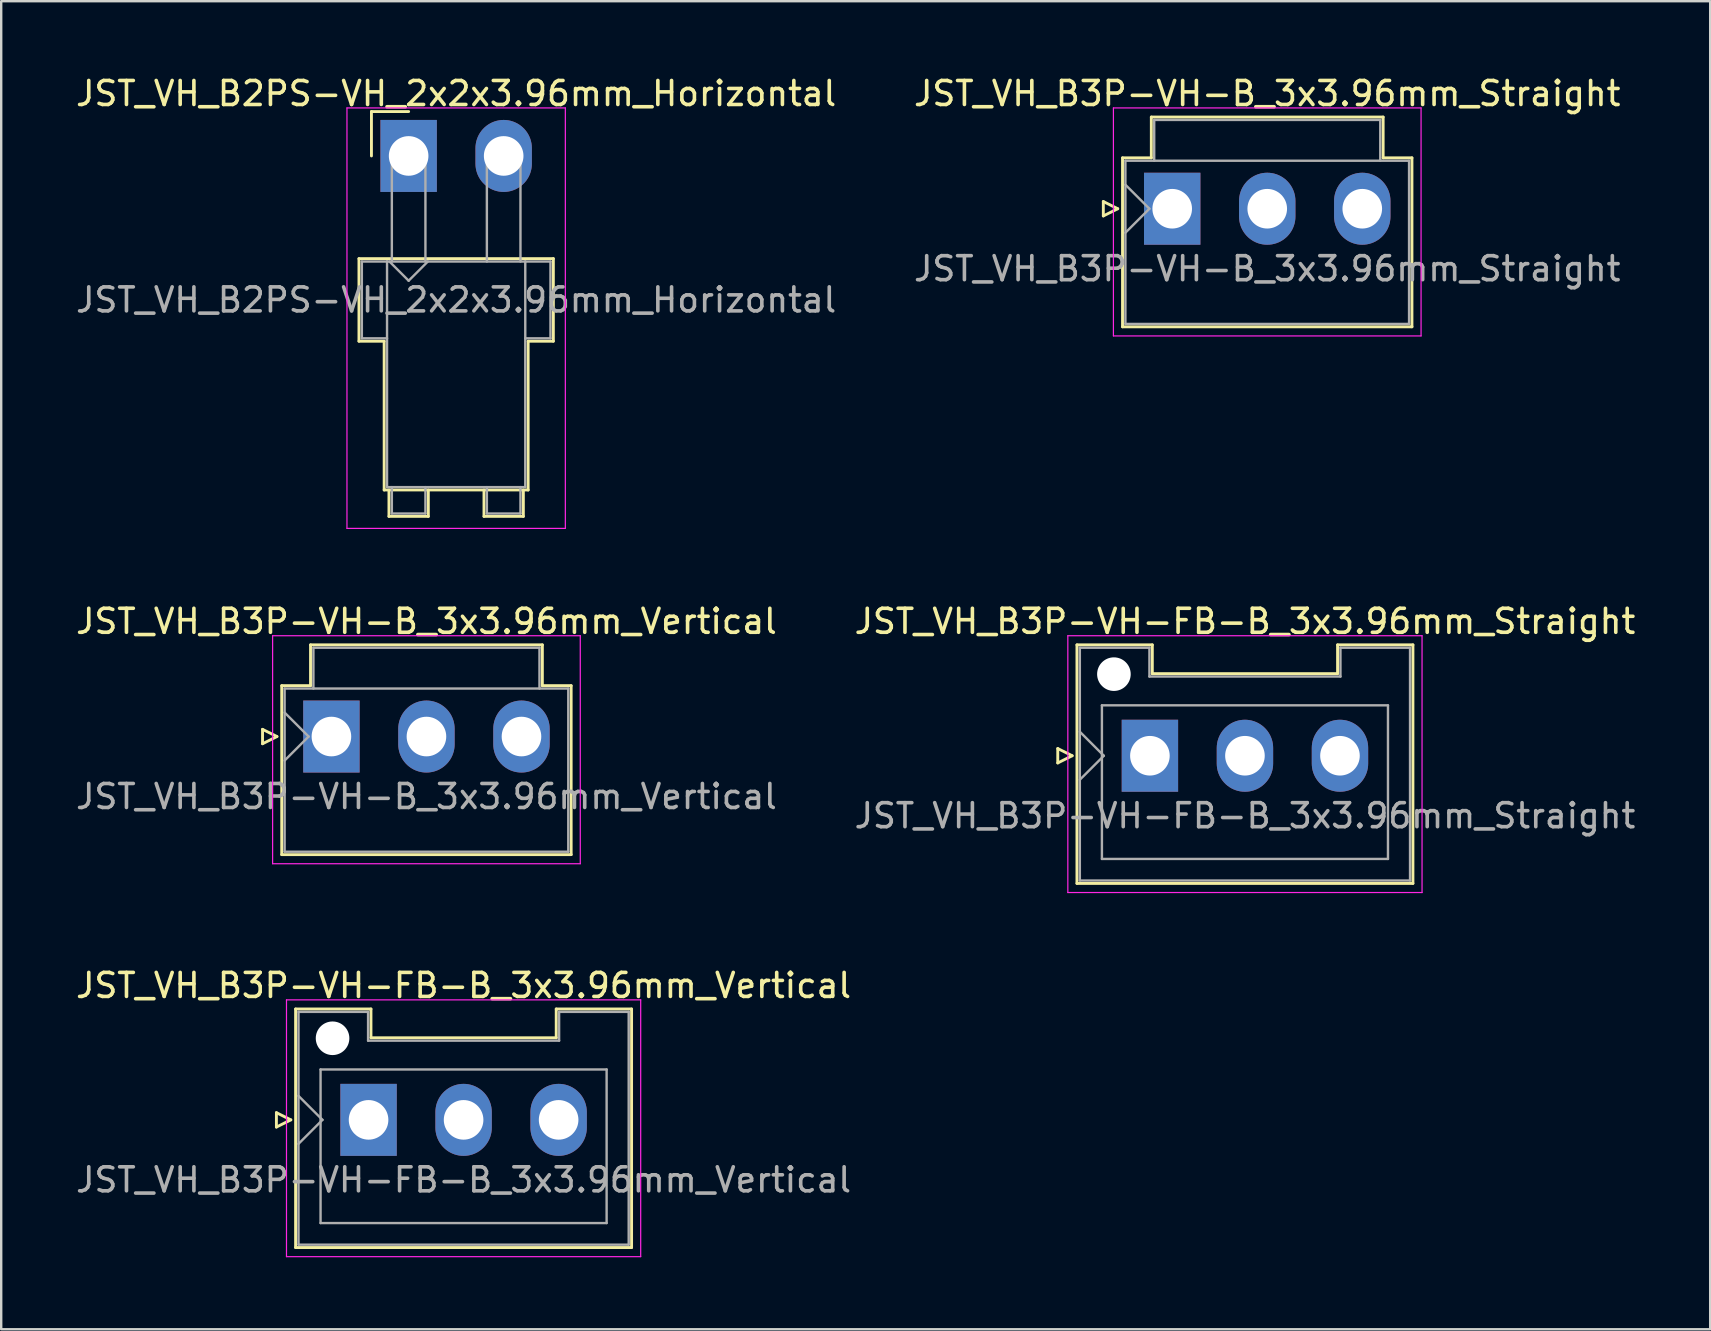
<source format=kicad_pcb>
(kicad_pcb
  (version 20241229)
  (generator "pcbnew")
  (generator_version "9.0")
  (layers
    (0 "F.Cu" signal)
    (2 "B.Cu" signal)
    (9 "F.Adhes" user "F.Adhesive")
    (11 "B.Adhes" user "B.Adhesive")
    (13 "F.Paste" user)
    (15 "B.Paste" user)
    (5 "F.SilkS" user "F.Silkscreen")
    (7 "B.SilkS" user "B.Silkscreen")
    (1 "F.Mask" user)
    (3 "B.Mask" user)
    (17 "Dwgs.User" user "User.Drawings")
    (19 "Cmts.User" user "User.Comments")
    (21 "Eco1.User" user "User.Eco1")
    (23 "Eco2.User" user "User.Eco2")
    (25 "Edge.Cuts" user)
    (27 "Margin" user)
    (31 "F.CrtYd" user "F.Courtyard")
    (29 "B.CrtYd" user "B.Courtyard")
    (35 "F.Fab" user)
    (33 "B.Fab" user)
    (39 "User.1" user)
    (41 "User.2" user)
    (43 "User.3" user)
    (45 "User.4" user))
  (footprint "JST_VH_B2PS-VH_2x2x3.96mm_Horizontal"
    (layer "F.Cu")
    (at 13.978 3.448)
    (property "Reference" "JST_VH_B2PS-VH_2x2x3.96mm_Horizontal" (at 1.98 -2.6 0) (layer "F.SilkS") (effects (font (size 1 1) (thickness 0.15))))
    (attr through_hole)
    (fp_line (start -2.07 4.28) (end 6.03 4.28) (stroke (width 0.12) (type solid)) (layer "F.SilkS"))
    (fp_line (start -2.07 7.72) (end -2.07 4.28) (stroke (width 0.12) (type solid)) (layer "F.SilkS"))
    (fp_line (start -1.55 -1.85) (end -1.55 0) (stroke (width 0.12) (type solid)) (layer "F.SilkS"))
    (fp_line (start -1.02 7.72) (end -2.07 7.72) (stroke (width 0.12) (type solid)) (layer "F.SilkS"))
    (fp_line (start -1.02 13.92) (end -1.02 7.72) (stroke (width 0.12) (type solid)) (layer "F.SilkS"))
    (fp_line (start -0.82 13.92) (end -0.82 15.02) (stroke (width 0.12) (type solid)) (layer "F.SilkS"))
    (fp_line (start -0.82 15.02) (end 0.82 15.02) (stroke (width 0.12) (type solid)) (layer "F.SilkS"))
    (fp_line (start 0 -1.85) (end -1.55 -1.85) (stroke (width 0.12) (type solid)) (layer "F.SilkS"))
    (fp_line (start 0.82 15.02) (end 0.82 13.92) (stroke (width 0.12) (type solid)) (layer "F.SilkS"))
    (fp_line (start 3.14 13.92) (end 3.14 15.02) (stroke (width 0.12) (type solid)) (layer "F.SilkS"))
    (fp_line (start 3.14 15.02) (end 4.78 15.02) (stroke (width 0.12) (type solid)) (layer "F.SilkS"))
    (fp_line (start 4.78 15.02) (end 4.78 13.92) (stroke (width 0.12) (type solid)) (layer "F.SilkS"))
    (fp_line (start 4.98 7.72) (end 4.98 13.92) (stroke (width 0.12) (type solid)) (layer "F.SilkS"))
    (fp_line (start 4.98 13.92) (end -1.02 13.92) (stroke (width 0.12) (type solid)) (layer "F.SilkS"))
    (fp_line (start 6.03 4.28) (end 6.03 7.72) (stroke (width 0.12) (type solid)) (layer "F.SilkS"))
    (fp_line (start 6.03 7.72) (end 4.98 7.72) (stroke (width 0.12) (type solid)) (layer "F.SilkS"))
    (fp_line (start -2.57 -2) (end -2.57 15.52) (stroke (width 0.05) (type solid)) (layer "F.CrtYd"))
    (fp_line (start -2.57 15.52) (end 6.53 15.52) (stroke (width 0.05) (type solid)) (layer "F.CrtYd"))
    (fp_line (start 6.53 -2) (end -2.57 -2) (stroke (width 0.05) (type solid)) (layer "F.CrtYd"))
    (fp_line (start 6.53 15.52) (end 6.53 -2) (stroke (width 0.05) (type solid)) (layer "F.CrtYd"))
    (fp_line (start -1.95 4.4) (end -0.9 4.4) (stroke (width 0.1) (type solid)) (layer "F.Fab"))
    (fp_line (start -1.95 7.6) (end -1.95 4.4) (stroke (width 0.1) (type solid)) (layer "F.Fab"))
    (fp_line (start -0.9 4.4) (end -0.9 13.8) (stroke (width 0.1) (type solid)) (layer "F.Fab"))
    (fp_line (start -0.9 7.6) (end -1.95 7.6) (stroke (width 0.1) (type solid)) (layer "F.Fab"))
    (fp_line (start -0.9 13.8) (end 4.86 13.8) (stroke (width 0.1) (type solid)) (layer "F.Fab"))
    (fp_line (start -0.8 4.4) (end 0 5.2) (stroke (width 0.1) (type solid)) (layer "F.Fab"))
    (fp_line (start -0.7 0) (end 0.7 0) (stroke (width 0.1) (type solid)) (layer "F.Fab"))
    (fp_line (start -0.7 4.4) (end -0.7 0) (stroke (width 0.1) (type solid)) (layer "F.Fab"))
    (fp_line (start -0.7 13.8) (end -0.7 14.9) (stroke (width 0.1) (type solid)) (layer "F.Fab"))
    (fp_line (start -0.7 14.9) (end 0.7 14.9) (stroke (width 0.1) (type solid)) (layer "F.Fab"))
    (fp_line (start 0 5.2) (end 0.8 4.4) (stroke (width 0.1) (type solid)) (layer "F.Fab"))
    (fp_line (start 0.7 0) (end 0.7 4.4) (stroke (width 0.1) (type solid)) (layer "F.Fab"))
    (fp_line (start 0.7 14.9) (end 0.7 13.8) (stroke (width 0.1) (type solid)) (layer "F.Fab"))
    (fp_line (start 3.26 0) (end 4.66 0) (stroke (width 0.1) (type solid)) (layer "F.Fab"))
    (fp_line (start 3.26 4.4) (end 3.26 0) (stroke (width 0.1) (type solid)) (layer "F.Fab"))
    (fp_line (start 3.26 13.8) (end 3.26 14.9) (stroke (width 0.1) (type solid)) (layer "F.Fab"))
    (fp_line (start 3.26 14.9) (end 4.66 14.9) (stroke (width 0.1) (type solid)) (layer "F.Fab"))
    (fp_line (start 4.66 0) (end 4.66 4.4) (stroke (width 0.1) (type solid)) (layer "F.Fab"))
    (fp_line (start 4.66 14.9) (end 4.66 13.8) (stroke (width 0.1) (type solid)) (layer "F.Fab"))
    (fp_line (start 4.86 4.4) (end -0.9 4.4) (stroke (width 0.1) (type solid)) (layer "F.Fab"))
    (fp_line (start 4.86 4.4) (end 5.91 4.4) (stroke (width 0.1) (type solid)) (layer "F.Fab"))
    (fp_line (start 4.86 13.8) (end 4.86 4.4) (stroke (width 0.1) (type solid)) (layer "F.Fab"))
    (fp_line (start 5.91 4.4) (end 5.91 7.6) (stroke (width 0.1) (type solid)) (layer "F.Fab"))
    (fp_line (start 5.91 7.6) (end 4.86 7.6) (stroke (width 0.1) (type solid)) (layer "F.Fab"))
    (fp_text user "${REFERENCE}" (at 1.98 6 0) (layer "F.Fab") (effects (font (size 1 1) (thickness 0.15))))
    (pad "1" thru_hole rect (at 0 0) (size 2.35 3) (drill 1.65) (layers "*.Cu" "*.Mask"))
    (pad "2" thru_hole oval (at 3.96 0) (size 2.35 3) (drill 1.65) (layers "*.Cu" "*.Mask")))
  (footprint "JST_VH_B3P-VH-FB-B_3x3.96mm_Straight"
    (layer "F.Cu")
    (at 44.867 28.442)
    (property "Reference" "JST_VH_B3P-VH-FB-B_3x3.96mm_Straight" (at 3.96 -5.6 0) (layer "F.SilkS") (effects (font (size 1 1) (thickness 0.15))))
    (attr through_hole)
    (fp_line (start -3.84 -0.3) (end -3.24 0) (stroke (width 0.12) (type solid)) (layer "F.SilkS"))
    (fp_line (start -3.84 0.3) (end -3.84 -0.3) (stroke (width 0.12) (type solid)) (layer "F.SilkS"))
    (fp_line (start -3.24 0) (end -3.84 0.3) (stroke (width 0.12) (type solid)) (layer "F.SilkS"))
    (fp_line (start -3.04 -4.62) (end 0.1 -4.62) (stroke (width 0.12) (type solid)) (layer "F.SilkS"))
    (fp_line (start -3.04 5.32) (end -3.04 -4.62) (stroke (width 0.12) (type solid)) (layer "F.SilkS"))
    (fp_line (start 0.1 -4.62) (end 0.1 -3.42) (stroke (width 0.12) (type solid)) (layer "F.SilkS"))
    (fp_line (start 0.1 -3.42) (end 7.82 -3.42) (stroke (width 0.12) (type solid)) (layer "F.SilkS"))
    (fp_line (start 7.82 -4.62) (end 10.96 -4.62) (stroke (width 0.12) (type solid)) (layer "F.SilkS"))
    (fp_line (start 7.82 -3.42) (end 7.82 -4.62) (stroke (width 0.12) (type solid)) (layer "F.SilkS"))
    (fp_line (start 10.96 -4.62) (end 10.96 5.32) (stroke (width 0.12) (type solid)) (layer "F.SilkS"))
    (fp_line (start 10.96 5.32) (end -3.04 5.32) (stroke (width 0.12) (type solid)) (layer "F.SilkS"))
    (fp_line (start -3.42 -5) (end -3.42 5.7) (stroke (width 0.05) (type solid)) (layer "F.CrtYd"))
    (fp_line (start -3.42 5.7) (end 11.34 5.7) (stroke (width 0.05) (type solid)) (layer "F.CrtYd"))
    (fp_line (start 11.34 -5) (end -3.42 -5) (stroke (width 0.05) (type solid)) (layer "F.CrtYd"))
    (fp_line (start 11.34 5.7) (end 11.34 -5) (stroke (width 0.05) (type solid)) (layer "F.CrtYd"))
    (fp_line (start -2.92 -4.5) (end -0.02 -4.5) (stroke (width 0.1) (type solid)) (layer "F.Fab"))
    (fp_line (start -2.92 -1) (end -1.92 0) (stroke (width 0.1) (type solid)) (layer "F.Fab"))
    (fp_line (start -2.92 1) (end -1.92 0) (stroke (width 0.1) (type solid)) (layer "F.Fab"))
    (fp_line (start -2.92 5.2) (end -2.92 -4.5) (stroke (width 0.1) (type solid)) (layer "F.Fab"))
    (fp_line (start -2 -2.1) (end 9.92 -2.1) (stroke (width 0.1) (type solid)) (layer "F.Fab"))
    (fp_line (start -2 4.3) (end -2 -2.1) (stroke (width 0.1) (type solid)) (layer "F.Fab"))
    (fp_line (start -0.02 -4.5) (end -0.02 -3.3) (stroke (width 0.1) (type solid)) (layer "F.Fab"))
    (fp_line (start -0.02 -3.3) (end 7.94 -3.3) (stroke (width 0.1) (type solid)) (layer "F.Fab"))
    (fp_line (start 7.94 -4.5) (end 10.84 -4.5) (stroke (width 0.1) (type solid)) (layer "F.Fab"))
    (fp_line (start 7.94 -3.3) (end 7.94 -4.5) (stroke (width 0.1) (type solid)) (layer "F.Fab"))
    (fp_line (start 9.92 -2.1) (end 9.92 4.3) (stroke (width 0.1) (type solid)) (layer "F.Fab"))
    (fp_line (start 9.92 4.3) (end -2 4.3) (stroke (width 0.1) (type solid)) (layer "F.Fab"))
    (fp_line (start 10.84 -4.5) (end 10.84 5.2) (stroke (width 0.1) (type solid)) (layer "F.Fab"))
    (fp_line (start 10.84 5.2) (end -2.92 5.2) (stroke (width 0.1) (type solid)) (layer "F.Fab"))
    (fp_text user "${REFERENCE}" (at 3.96 2.5 0) (layer "F.Fab") (effects (font (size 1 1) (thickness 0.15))))
    (pad "" np_thru_hole circle (at -1.5 -3.4) (size 1.4 1.4) (drill 1.4) (layers "*.Cu" "*.Mask"))
    (pad "1" thru_hole rect (at 0 0) (size 2.35 3) (drill 1.65) (layers "*.Cu" "*.Mask"))
    (pad "2" thru_hole oval (at 3.96 0) (size 2.35 3) (drill 1.65) (layers "*.Cu" "*.Mask"))
    (pad "3" thru_hole oval (at 7.92 0) (size 2.35 3) (drill 1.65) (layers "*.Cu" "*.Mask")))
  (footprint "JST_VH_B3P-VH-B_3x3.96mm_Straight"
    (layer "F.Cu")
    (at 45.796 5.648)
    (property "Reference" "JST_VH_B3P-VH-B_3x3.96mm_Straight" (at 3.96 -4.8 0) (layer "F.SilkS") (effects (font (size 1 1) (thickness 0.15))))
    (attr through_hole)
    (fp_line (start -2.87 -0.3) (end -2.27 0) (stroke (width 0.12) (type solid)) (layer "F.SilkS"))
    (fp_line (start -2.87 0.3) (end -2.87 -0.3) (stroke (width 0.12) (type solid)) (layer "F.SilkS"))
    (fp_line (start -2.27 0) (end -2.87 0.3) (stroke (width 0.12) (type solid)) (layer "F.SilkS"))
    (fp_line (start -2.07 -2.12) (end -0.87 -2.12) (stroke (width 0.12) (type solid)) (layer "F.SilkS"))
    (fp_line (start -2.07 4.92) (end -2.07 -2.12) (stroke (width 0.12) (type solid)) (layer "F.SilkS"))
    (fp_line (start -0.87 -3.82) (end 8.79 -3.82) (stroke (width 0.12) (type solid)) (layer "F.SilkS"))
    (fp_line (start -0.87 -2.12) (end -0.87 -3.82) (stroke (width 0.12) (type solid)) (layer "F.SilkS"))
    (fp_line (start 8.79 -3.82) (end 8.79 -2.12) (stroke (width 0.12) (type solid)) (layer "F.SilkS"))
    (fp_line (start 8.79 -2.12) (end 9.99 -2.12) (stroke (width 0.12) (type solid)) (layer "F.SilkS"))
    (fp_line (start 9.99 -2.12) (end 9.99 4.92) (stroke (width 0.12) (type solid)) (layer "F.SilkS"))
    (fp_line (start 9.99 4.92) (end -2.07 4.92) (stroke (width 0.12) (type solid)) (layer "F.SilkS"))
    (fp_line (start -2.45 -4.2) (end -2.45 5.3) (stroke (width 0.05) (type solid)) (layer "F.CrtYd"))
    (fp_line (start -2.45 5.3) (end 10.37 5.3) (stroke (width 0.05) (type solid)) (layer "F.CrtYd"))
    (fp_line (start 10.37 -4.2) (end -2.45 -4.2) (stroke (width 0.05) (type solid)) (layer "F.CrtYd"))
    (fp_line (start 10.37 5.3) (end 10.37 -4.2) (stroke (width 0.05) (type solid)) (layer "F.CrtYd"))
    (fp_line (start -1.95 -2) (end -1.95 4.8) (stroke (width 0.1) (type solid)) (layer "F.Fab"))
    (fp_line (start -1.95 -1) (end -0.95 0) (stroke (width 0.1) (type solid)) (layer "F.Fab"))
    (fp_line (start -1.95 1) (end -0.95 0) (stroke (width 0.1) (type solid)) (layer "F.Fab"))
    (fp_line (start -1.95 4.8) (end 9.87 4.8) (stroke (width 0.1) (type solid)) (layer "F.Fab"))
    (fp_line (start -0.75 -3.7) (end 8.67 -3.7) (stroke (width 0.1) (type solid)) (layer "F.Fab"))
    (fp_line (start -0.75 -2) (end -0.75 -3.7) (stroke (width 0.1) (type solid)) (layer "F.Fab"))
    (fp_line (start 8.67 -3.7) (end 8.67 -2) (stroke (width 0.1) (type solid)) (layer "F.Fab"))
    (fp_line (start 9.87 -2) (end -1.95 -2) (stroke (width 0.1) (type solid)) (layer "F.Fab"))
    (fp_line (start 9.87 4.8) (end 9.87 -2) (stroke (width 0.1) (type solid)) (layer "F.Fab"))
    (fp_text user "${REFERENCE}" (at 3.96 2.5 0) (layer "F.Fab") (effects (font (size 1 1) (thickness 0.15))))
    (pad "1" thru_hole rect (at 0 0) (size 2.35 3) (drill 1.65) (layers "*.Cu" "*.Mask"))
    (pad "2" thru_hole oval (at 3.96 0) (size 2.35 3) (drill 1.65) (layers "*.Cu" "*.Mask"))
    (pad "3" thru_hole oval (at 7.92 0) (size 2.35 3) (drill 1.65) (layers "*.Cu" "*.Mask")))
  (footprint "JST_VH_B3P-VH-B_3x3.96mm_Vertical"
    (layer "F.Cu")
    (at 10.76 27.642)
    (property "Reference" "JST_VH_B3P-VH-B_3x3.96mm_Vertical" (at 3.96 -4.8 0) (layer "F.SilkS") (effects (font (size 1 1) (thickness 0.15))))
    (attr through_hole)
    (fp_line (start -2.87 -0.3) (end -2.27 0) (stroke (width 0.12) (type solid)) (layer "F.SilkS"))
    (fp_line (start -2.87 0.3) (end -2.87 -0.3) (stroke (width 0.12) (type solid)) (layer "F.SilkS"))
    (fp_line (start -2.27 0) (end -2.87 0.3) (stroke (width 0.12) (type solid)) (layer "F.SilkS"))
    (fp_line (start -2.07 -2.12) (end -0.87 -2.12) (stroke (width 0.12) (type solid)) (layer "F.SilkS"))
    (fp_line (start -2.07 4.92) (end -2.07 -2.12) (stroke (width 0.12) (type solid)) (layer "F.SilkS"))
    (fp_line (start -0.87 -3.82) (end 8.79 -3.82) (stroke (width 0.12) (type solid)) (layer "F.SilkS"))
    (fp_line (start -0.87 -2.12) (end -0.87 -3.82) (stroke (width 0.12) (type solid)) (layer "F.SilkS"))
    (fp_line (start 8.79 -3.82) (end 8.79 -2.12) (stroke (width 0.12) (type solid)) (layer "F.SilkS"))
    (fp_line (start 8.79 -2.12) (end 9.99 -2.12) (stroke (width 0.12) (type solid)) (layer "F.SilkS"))
    (fp_line (start 9.99 -2.12) (end 9.99 4.92) (stroke (width 0.12) (type solid)) (layer "F.SilkS"))
    (fp_line (start 9.99 4.92) (end -2.07 4.92) (stroke (width 0.12) (type solid)) (layer "F.SilkS"))
    (fp_line (start -2.45 -4.2) (end -2.45 5.3) (stroke (width 0.05) (type solid)) (layer "F.CrtYd"))
    (fp_line (start -2.45 5.3) (end 10.37 5.3) (stroke (width 0.05) (type solid)) (layer "F.CrtYd"))
    (fp_line (start 10.37 -4.2) (end -2.45 -4.2) (stroke (width 0.05) (type solid)) (layer "F.CrtYd"))
    (fp_line (start 10.37 5.3) (end 10.37 -4.2) (stroke (width 0.05) (type solid)) (layer "F.CrtYd"))
    (fp_line (start -1.95 -2) (end -1.95 4.8) (stroke (width 0.1) (type solid)) (layer "F.Fab"))
    (fp_line (start -1.95 -1) (end -0.95 0) (stroke (width 0.1) (type solid)) (layer "F.Fab"))
    (fp_line (start -1.95 1) (end -0.95 0) (stroke (width 0.1) (type solid)) (layer "F.Fab"))
    (fp_line (start -1.95 4.8) (end 9.87 4.8) (stroke (width 0.1) (type solid)) (layer "F.Fab"))
    (fp_line (start -0.75 -3.7) (end 8.67 -3.7) (stroke (width 0.1) (type solid)) (layer "F.Fab"))
    (fp_line (start -0.75 -2) (end -0.75 -3.7) (stroke (width 0.1) (type solid)) (layer "F.Fab"))
    (fp_line (start 8.67 -3.7) (end 8.67 -2) (stroke (width 0.1) (type solid)) (layer "F.Fab"))
    (fp_line (start 9.87 -2) (end -1.95 -2) (stroke (width 0.1) (type solid)) (layer "F.Fab"))
    (fp_line (start 9.87 4.8) (end 9.87 -2) (stroke (width 0.1) (type solid)) (layer "F.Fab"))
    (fp_text user "${REFERENCE}" (at 3.96 2.5 0) (layer "F.Fab") (effects (font (size 1 1) (thickness 0.15))))
    (pad "1" thru_hole rect (at 0 0) (size 2.35 3) (drill 1.65) (layers "*.Cu" "*.Mask"))
    (pad "2" thru_hole oval (at 3.96 0) (size 2.35 3) (drill 1.65) (layers "*.Cu" "*.Mask"))
    (pad "3" thru_hole oval (at 7.92 0) (size 2.35 3) (drill 1.65) (layers "*.Cu" "*.Mask")))
  (footprint "JST_VH_B3P-VH-FB-B_3x3.96mm_Vertical"
    (layer "F.Cu")
    (at 12.308 43.615)
    (property "Reference" "JST_VH_B3P-VH-FB-B_3x3.96mm_Vertical" (at 3.96 -5.6 0) (layer "F.SilkS") (effects (font (size 1 1) (thickness 0.15))))
    (attr through_hole)
    (fp_line (start -3.84 -0.3) (end -3.24 0) (stroke (width 0.12) (type solid)) (layer "F.SilkS"))
    (fp_line (start -3.84 0.3) (end -3.84 -0.3) (stroke (width 0.12) (type solid)) (layer "F.SilkS"))
    (fp_line (start -3.24 0) (end -3.84 0.3) (stroke (width 0.12) (type solid)) (layer "F.SilkS"))
    (fp_line (start -3.04 -4.62) (end 0.1 -4.62) (stroke (width 0.12) (type solid)) (layer "F.SilkS"))
    (fp_line (start -3.04 5.32) (end -3.04 -4.62) (stroke (width 0.12) (type solid)) (layer "F.SilkS"))
    (fp_line (start 0.1 -4.62) (end 0.1 -3.42) (stroke (width 0.12) (type solid)) (layer "F.SilkS"))
    (fp_line (start 0.1 -3.42) (end 7.82 -3.42) (stroke (width 0.12) (type solid)) (layer "F.SilkS"))
    (fp_line (start 7.82 -4.62) (end 10.96 -4.62) (stroke (width 0.12) (type solid)) (layer "F.SilkS"))
    (fp_line (start 7.82 -3.42) (end 7.82 -4.62) (stroke (width 0.12) (type solid)) (layer "F.SilkS"))
    (fp_line (start 10.96 -4.62) (end 10.96 5.32) (stroke (width 0.12) (type solid)) (layer "F.SilkS"))
    (fp_line (start 10.96 5.32) (end -3.04 5.32) (stroke (width 0.12) (type solid)) (layer "F.SilkS"))
    (fp_line (start -3.42 -5) (end -3.42 5.7) (stroke (width 0.05) (type solid)) (layer "F.CrtYd"))
    (fp_line (start -3.42 5.7) (end 11.34 5.7) (stroke (width 0.05) (type solid)) (layer "F.CrtYd"))
    (fp_line (start 11.34 -5) (end -3.42 -5) (stroke (width 0.05) (type solid)) (layer "F.CrtYd"))
    (fp_line (start 11.34 5.7) (end 11.34 -5) (stroke (width 0.05) (type solid)) (layer "F.CrtYd"))
    (fp_line (start -2.92 -4.5) (end -0.02 -4.5) (stroke (width 0.1) (type solid)) (layer "F.Fab"))
    (fp_line (start -2.92 -1) (end -1.92 0) (stroke (width 0.1) (type solid)) (layer "F.Fab"))
    (fp_line (start -2.92 1) (end -1.92 0) (stroke (width 0.1) (type solid)) (layer "F.Fab"))
    (fp_line (start -2.92 5.2) (end -2.92 -4.5) (stroke (width 0.1) (type solid)) (layer "F.Fab"))
    (fp_line (start -2 -2.1) (end 9.92 -2.1) (stroke (width 0.1) (type solid)) (layer "F.Fab"))
    (fp_line (start -2 4.3) (end -2 -2.1) (stroke (width 0.1) (type solid)) (layer "F.Fab"))
    (fp_line (start -0.02 -4.5) (end -0.02 -3.3) (stroke (width 0.1) (type solid)) (layer "F.Fab"))
    (fp_line (start -0.02 -3.3) (end 7.94 -3.3) (stroke (width 0.1) (type solid)) (layer "F.Fab"))
    (fp_line (start 7.94 -4.5) (end 10.84 -4.5) (stroke (width 0.1) (type solid)) (layer "F.Fab"))
    (fp_line (start 7.94 -3.3) (end 7.94 -4.5) (stroke (width 0.1) (type solid)) (layer "F.Fab"))
    (fp_line (start 9.92 -2.1) (end 9.92 4.3) (stroke (width 0.1) (type solid)) (layer "F.Fab"))
    (fp_line (start 9.92 4.3) (end -2 4.3) (stroke (width 0.1) (type solid)) (layer "F.Fab"))
    (fp_line (start 10.84 -4.5) (end 10.84 5.2) (stroke (width 0.1) (type solid)) (layer "F.Fab"))
    (fp_line (start 10.84 5.2) (end -2.92 5.2) (stroke (width 0.1) (type solid)) (layer "F.Fab"))
    (fp_text user "${REFERENCE}" (at 3.96 2.5 0) (layer "F.Fab") (effects (font (size 1 1) (thickness 0.15))))
    (pad "" np_thru_hole circle (at -1.5 -3.4) (size 1.4 1.4) (drill 1.4) (layers "*.Cu" "*.Mask"))
    (pad "1" thru_hole rect (at 0 0) (size 2.35 3) (drill 1.65) (layers "*.Cu" "*.Mask"))
    (pad "2" thru_hole oval (at 3.96 0) (size 2.35 3) (drill 1.65) (layers "*.Cu" "*.Mask"))
    (pad "3" thru_hole oval (at 7.92 0) (size 2.35 3) (drill 1.65) (layers "*.Cu" "*.Mask")))
  (gr_rect
    (start -3 -3)
    (end 68.214 52.34)
    (stroke (width 0.1) (type default))
    (fill no)
    (layer "Edge.Cuts")))
</source>
